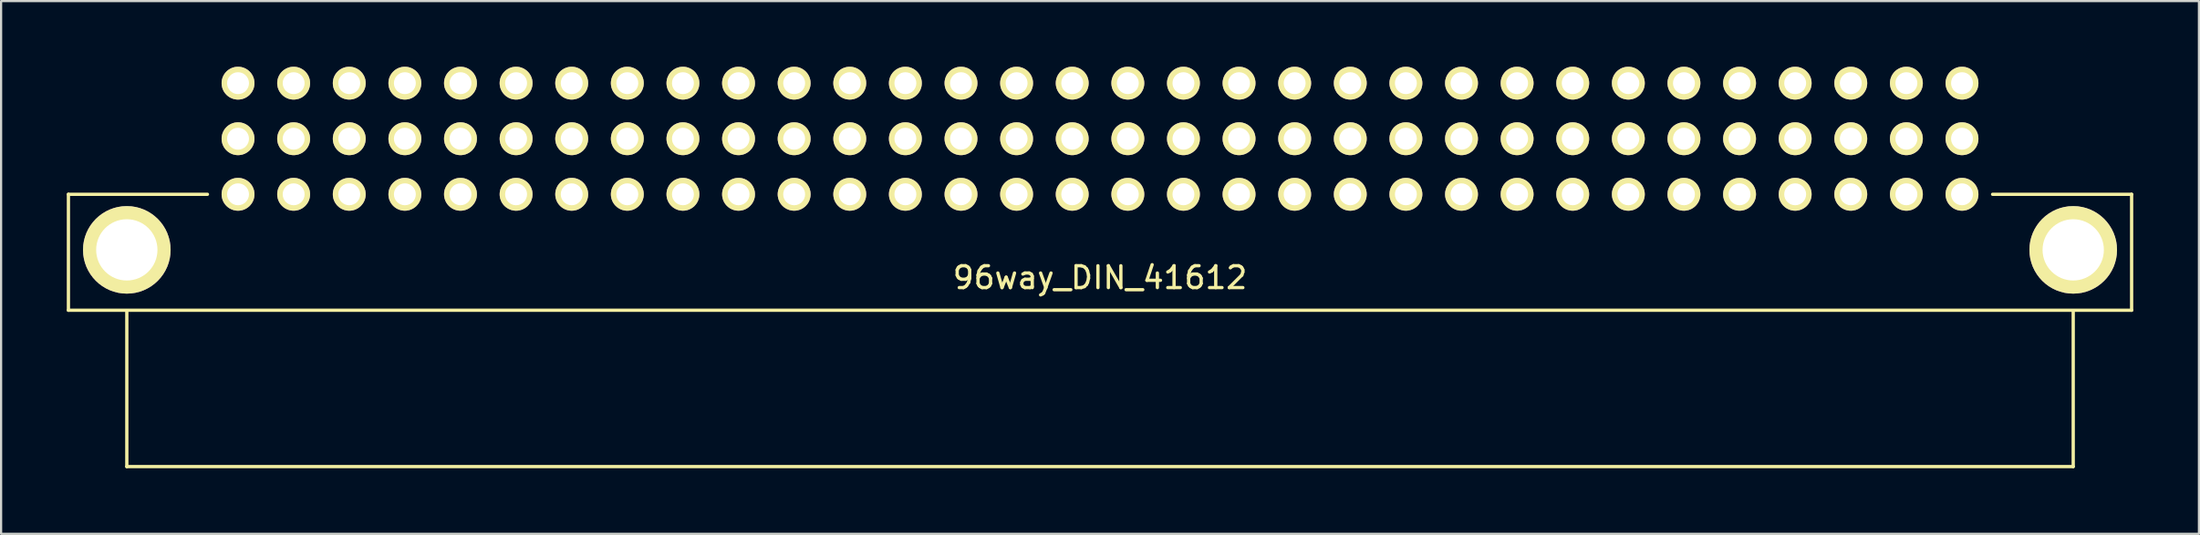
<source format=kicad_pcb>
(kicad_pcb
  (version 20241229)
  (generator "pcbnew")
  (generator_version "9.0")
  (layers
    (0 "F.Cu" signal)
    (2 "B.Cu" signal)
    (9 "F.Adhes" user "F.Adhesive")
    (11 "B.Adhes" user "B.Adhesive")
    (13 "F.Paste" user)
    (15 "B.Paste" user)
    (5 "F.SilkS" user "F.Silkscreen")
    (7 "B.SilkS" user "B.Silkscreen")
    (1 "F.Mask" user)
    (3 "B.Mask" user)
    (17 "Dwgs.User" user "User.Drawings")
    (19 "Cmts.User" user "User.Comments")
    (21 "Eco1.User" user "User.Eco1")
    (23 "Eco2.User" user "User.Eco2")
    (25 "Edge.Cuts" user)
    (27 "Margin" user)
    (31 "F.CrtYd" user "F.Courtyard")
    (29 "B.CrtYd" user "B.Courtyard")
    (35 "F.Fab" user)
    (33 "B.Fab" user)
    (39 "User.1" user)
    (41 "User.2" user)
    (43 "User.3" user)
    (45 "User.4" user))
  (footprint "96way_DIN_41612"
    (layer "F.Cu")
    (at 47.192 11.131)
    (property "Reference" "96way_DIN_41612" (at 0 -1.49 0) (layer "F.SilkS") (effects (font (size 1 1) (thickness 0.15))))
    (attr through_hole)
    (fp_line (start -47.117 -5.3) (end -40.767 -5.3) (stroke (width 0.15) (type solid)) (layer "F.SilkS"))
    (fp_line (start -47.117 0) (end -47.117 -5.3) (stroke (width 0.15) (type solid)) (layer "F.SilkS"))
    (fp_line (start -44.45 7.146) (end -44.45 0.034) (stroke (width 0.15) (type solid)) (layer "F.SilkS"))
    (fp_line (start 44.45 0.034) (end 44.45 7.146) (stroke (width 0.15) (type solid)) (layer "F.SilkS"))
    (fp_line (start 44.45 7.146) (end -44.45 7.146) (stroke (width 0.15) (type solid)) (layer "F.SilkS"))
    (fp_line (start 47.117 -5.3) (end 40.767 -5.3) (stroke (width 0.15) (type solid)) (layer "F.SilkS"))
    (fp_line (start 47.117 -5.3) (end 47.117 0) (stroke (width 0.15) (type solid)) (layer "F.SilkS"))
    (fp_line (start 47.117 0) (end -47.117 0) (stroke (width 0.15) (type solid)) (layer "F.SilkS"))
    (pad "" thru_hole circle (at -44.45 -2.76) (size 4 4) (drill 2.8) (layers "*.Cu" "*.Mask" "F.SilkS"))
    (pad "" thru_hole circle (at 44.45 -2.76) (size 4 4) (drill 2.8) (layers "*.Cu" "*.Mask" "F.SilkS"))
    (pad "A1" thru_hole circle (at 39.37 -10.38 180) (size 1.501 1.501) (drill 1) (layers "*.Cu" "*.Mask" "F.SilkS"))
    (pad "A2" thru_hole circle (at 36.83 -10.38 180) (size 1.501 1.501) (drill 1) (layers "*.Cu" "*.Mask" "F.SilkS"))
    (pad "A3" thru_hole circle (at 34.29 -10.38 180) (size 1.501 1.501) (drill 1) (layers "*.Cu" "*.Mask" "F.SilkS"))
    (pad "A4" thru_hole circle (at 31.75 -10.38 180) (size 1.501 1.501) (drill 1) (layers "*.Cu" "*.Mask" "F.SilkS"))
    (pad "A5" thru_hole circle (at 29.21 -10.38 180) (size 1.501 1.501) (drill 1) (layers "*.Cu" "*.Mask" "F.SilkS"))
    (pad "A6" thru_hole circle (at 26.67 -10.38 180) (size 1.501 1.501) (drill 1) (layers "*.Cu" "*.Mask" "F.SilkS"))
    (pad "A7" thru_hole circle (at 24.13 -10.38 180) (size 1.501 1.501) (drill 1) (layers "*.Cu" "*.Mask" "F.SilkS"))
    (pad "A8" thru_hole circle (at 21.59 -10.38 180) (size 1.501 1.501) (drill 1) (layers "*.Cu" "*.Mask" "F.SilkS"))
    (pad "A9" thru_hole circle (at 19.05 -10.38 180) (size 1.501 1.501) (drill 1) (layers "*.Cu" "*.Mask" "F.SilkS"))
    (pad "A10" thru_hole circle (at 16.51 -10.38 180) (size 1.501 1.501) (drill 1) (layers "*.Cu" "*.Mask" "F.SilkS"))
    (pad "A11" thru_hole circle (at 13.97 -10.38 180) (size 1.501 1.501) (drill 1) (layers "*.Cu" "*.Mask" "F.SilkS"))
    (pad "A12" thru_hole circle (at 11.43 -10.38 180) (size 1.501 1.501) (drill 1) (layers "*.Cu" "*.Mask" "F.SilkS"))
    (pad "A13" thru_hole circle (at 8.89 -10.38 180) (size 1.501 1.501) (drill 1) (layers "*.Cu" "*.Mask" "F.SilkS"))
    (pad "A14" thru_hole circle (at 6.35 -10.38 180) (size 1.501 1.501) (drill 1) (layers "*.Cu" "*.Mask" "F.SilkS"))
    (pad "A15" thru_hole circle (at 3.81 -10.38 180) (size 1.501 1.501) (drill 1) (layers "*.Cu" "*.Mask" "F.SilkS"))
    (pad "A16" thru_hole circle (at 1.27 -10.38 180) (size 1.501 1.501) (drill 1) (layers "*.Cu" "*.Mask" "F.SilkS"))
    (pad "A17" thru_hole circle (at -1.27 -10.38 180) (size 1.501 1.501) (drill 1) (layers "*.Cu" "*.Mask" "F.SilkS"))
    (pad "A18" thru_hole circle (at -3.81 -10.38 180) (size 1.501 1.501) (drill 1) (layers "*.Cu" "*.Mask" "F.SilkS"))
    (pad "A19" thru_hole circle (at -6.35 -10.38 180) (size 1.501 1.501) (drill 1) (layers "*.Cu" "*.Mask" "F.SilkS"))
    (pad "A20" thru_hole circle (at -8.89 -10.38 180) (size 1.501 1.501) (drill 1) (layers "*.Cu" "*.Mask" "F.SilkS"))
    (pad "A21" thru_hole circle (at -11.43 -10.38 180) (size 1.501 1.501) (drill 1) (layers "*.Cu" "*.Mask" "F.SilkS"))
    (pad "A22" thru_hole circle (at -13.97 -10.38 180) (size 1.501 1.501) (drill 1) (layers "*.Cu" "*.Mask" "F.SilkS"))
    (pad "A23" thru_hole circle (at -16.51 -10.38 180) (size 1.501 1.501) (drill 1) (layers "*.Cu" "*.Mask" "F.SilkS"))
    (pad "A24" thru_hole circle (at -19.05 -10.38 180) (size 1.501 1.501) (drill 1) (layers "*.Cu" "*.Mask" "F.SilkS"))
    (pad "A25" thru_hole circle (at -21.59 -10.38 180) (size 1.501 1.501) (drill 1) (layers "*.Cu" "*.Mask" "F.SilkS"))
    (pad "A26" thru_hole circle (at -24.13 -10.38 180) (size 1.501 1.501) (drill 1) (layers "*.Cu" "*.Mask" "F.SilkS"))
    (pad "A27" thru_hole circle (at -26.67 -10.38 180) (size 1.501 1.501) (drill 1) (layers "*.Cu" "*.Mask" "F.SilkS"))
    (pad "A28" thru_hole circle (at -29.21 -10.38 180) (size 1.501 1.501) (drill 1) (layers "*.Cu" "*.Mask" "F.SilkS"))
    (pad "A29" thru_hole circle (at -31.75 -10.38 180) (size 1.501 1.501) (drill 1) (layers "*.Cu" "*.Mask" "F.SilkS"))
    (pad "A30" thru_hole circle (at -34.29 -10.38 180) (size 1.501 1.501) (drill 1) (layers "*.Cu" "*.Mask" "F.SilkS"))
    (pad "A31" thru_hole circle (at -36.83 -10.38 180) (size 1.501 1.501) (drill 1) (layers "*.Cu" "*.Mask" "F.SilkS"))
    (pad "A32" thru_hole circle (at -39.37 -10.38 180) (size 1.501 1.501) (drill 1) (layers "*.Cu" "*.Mask" "F.SilkS"))
    (pad "B1" thru_hole circle (at 39.37 -7.84 180) (size 1.501 1.501) (drill 1) (layers "*.Cu" "*.Mask" "F.SilkS"))
    (pad "B2" thru_hole circle (at 36.83 -7.84 180) (size 1.501 1.501) (drill 1) (layers "*.Cu" "*.Mask" "F.SilkS"))
    (pad "B3" thru_hole circle (at 34.29 -7.84 180) (size 1.501 1.501) (drill 1) (layers "*.Cu" "*.Mask" "F.SilkS"))
    (pad "B4" thru_hole circle (at 31.75 -7.84 180) (size 1.501 1.501) (drill 1) (layers "*.Cu" "*.Mask" "F.SilkS"))
    (pad "B5" thru_hole circle (at 29.21 -7.84 180) (size 1.501 1.501) (drill 1) (layers "*.Cu" "*.Mask" "F.SilkS"))
    (pad "B6" thru_hole circle (at 26.67 -7.84 180) (size 1.501 1.501) (drill 1) (layers "*.Cu" "*.Mask" "F.SilkS"))
    (pad "B7" thru_hole circle (at 24.13 -7.84 180) (size 1.501 1.501) (drill 1) (layers "*.Cu" "*.Mask" "F.SilkS"))
    (pad "B8" thru_hole circle (at 21.59 -7.84 180) (size 1.501 1.501) (drill 1) (layers "*.Cu" "*.Mask" "F.SilkS"))
    (pad "B9" thru_hole circle (at 19.05 -7.84 180) (size 1.501 1.501) (drill 1) (layers "*.Cu" "*.Mask" "F.SilkS"))
    (pad "B10" thru_hole circle (at 16.51 -7.84 180) (size 1.501 1.501) (drill 1) (layers "*.Cu" "*.Mask" "F.SilkS"))
    (pad "B11" thru_hole circle (at 13.97 -7.84 180) (size 1.501 1.501) (drill 1) (layers "*.Cu" "*.Mask" "F.SilkS"))
    (pad "B12" thru_hole circle (at 11.43 -7.84 180) (size 1.501 1.501) (drill 1) (layers "*.Cu" "*.Mask" "F.SilkS"))
    (pad "B13" thru_hole circle (at 8.89 -7.84 180) (size 1.501 1.501) (drill 1) (layers "*.Cu" "*.Mask" "F.SilkS"))
    (pad "B14" thru_hole circle (at 6.35 -7.84 180) (size 1.501 1.501) (drill 1) (layers "*.Cu" "*.Mask" "F.SilkS"))
    (pad "B15" thru_hole circle (at 3.81 -7.84 180) (size 1.501 1.501) (drill 1) (layers "*.Cu" "*.Mask" "F.SilkS"))
    (pad "B16" thru_hole circle (at 1.27 -7.84 180) (size 1.501 1.501) (drill 1) (layers "*.Cu" "*.Mask" "F.SilkS"))
    (pad "B17" thru_hole circle (at -1.27 -7.84 180) (size 1.501 1.501) (drill 1) (layers "*.Cu" "*.Mask" "F.SilkS"))
    (pad "B18" thru_hole circle (at -3.81 -7.84 180) (size 1.501 1.501) (drill 1) (layers "*.Cu" "*.Mask" "F.SilkS"))
    (pad "B19" thru_hole circle (at -6.35 -7.84 180) (size 1.501 1.501) (drill 1) (layers "*.Cu" "*.Mask" "F.SilkS"))
    (pad "B20" thru_hole circle (at -8.89 -7.84 180) (size 1.501 1.501) (drill 1) (layers "*.Cu" "*.Mask" "F.SilkS"))
    (pad "B21" thru_hole circle (at -11.43 -7.84 180) (size 1.501 1.501) (drill 1) (layers "*.Cu" "*.Mask" "F.SilkS"))
    (pad "B22" thru_hole circle (at -13.97 -7.84 180) (size 1.501 1.501) (drill 1) (layers "*.Cu" "*.Mask" "F.SilkS"))
    (pad "B23" thru_hole circle (at -16.51 -7.84 180) (size 1.501 1.501) (drill 1) (layers "*.Cu" "*.Mask" "F.SilkS"))
    (pad "B24" thru_hole circle (at -19.05 -7.84 180) (size 1.501 1.501) (drill 1) (layers "*.Cu" "*.Mask" "F.SilkS"))
    (pad "B25" thru_hole circle (at -21.59 -7.84 180) (size 1.501 1.501) (drill 1) (layers "*.Cu" "*.Mask" "F.SilkS"))
    (pad "B26" thru_hole circle (at -24.13 -7.84 180) (size 1.501 1.501) (drill 1) (layers "*.Cu" "*.Mask" "F.SilkS"))
    (pad "B27" thru_hole circle (at -26.67 -7.84 180) (size 1.501 1.501) (drill 1) (layers "*.Cu" "*.Mask" "F.SilkS"))
    (pad "B28" thru_hole circle (at -29.21 -7.84 180) (size 1.501 1.501) (drill 1) (layers "*.Cu" "*.Mask" "F.SilkS"))
    (pad "B29" thru_hole circle (at -31.75 -7.84 180) (size 1.501 1.501) (drill 1) (layers "*.Cu" "*.Mask" "F.SilkS"))
    (pad "B30" thru_hole circle (at -34.29 -7.84 180) (size 1.501 1.501) (drill 1) (layers "*.Cu" "*.Mask" "F.SilkS"))
    (pad "B31" thru_hole circle (at -36.83 -7.84 180) (size 1.501 1.501) (drill 1) (layers "*.Cu" "*.Mask" "F.SilkS"))
    (pad "B32" thru_hole circle (at -39.37 -7.84 180) (size 1.501 1.501) (drill 1) (layers "*.Cu" "*.Mask" "F.SilkS"))
    (pad "C1" thru_hole circle (at 39.37 -5.3 180) (size 1.501 1.501) (drill 1) (layers "*.Cu" "*.Mask" "F.SilkS"))
    (pad "C2" thru_hole circle (at 36.83 -5.3 180) (size 1.501 1.501) (drill 1) (layers "*.Cu" "*.Mask" "F.SilkS"))
    (pad "C3" thru_hole circle (at 34.29 -5.3 180) (size 1.501 1.501) (drill 1) (layers "*.Cu" "*.Mask" "F.SilkS"))
    (pad "C4" thru_hole circle (at 31.75 -5.3 180) (size 1.501 1.501) (drill 1) (layers "*.Cu" "*.Mask" "F.SilkS"))
    (pad "C5" thru_hole circle (at 29.21 -5.3 180) (size 1.501 1.501) (drill 1) (layers "*.Cu" "*.Mask" "F.SilkS"))
    (pad "C6" thru_hole circle (at 26.67 -5.3 180) (size 1.501 1.501) (drill 1) (layers "*.Cu" "*.Mask" "F.SilkS"))
    (pad "C7" thru_hole circle (at 24.13 -5.3 180) (size 1.501 1.501) (drill 1) (layers "*.Cu" "*.Mask" "F.SilkS"))
    (pad "C8" thru_hole circle (at 21.59 -5.3 180) (size 1.501 1.501) (drill 1) (layers "*.Cu" "*.Mask" "F.SilkS"))
    (pad "C9" thru_hole circle (at 19.05 -5.3 180) (size 1.501 1.501) (drill 1) (layers "*.Cu" "*.Mask" "F.SilkS"))
    (pad "C10" thru_hole circle (at 16.51 -5.3 180) (size 1.501 1.501) (drill 1) (layers "*.Cu" "*.Mask" "F.SilkS"))
    (pad "C11" thru_hole circle (at 13.97 -5.3 180) (size 1.501 1.501) (drill 1) (layers "*.Cu" "*.Mask" "F.SilkS"))
    (pad "C12" thru_hole circle (at 11.43 -5.3 180) (size 1.501 1.501) (drill 1) (layers "*.Cu" "*.Mask" "F.SilkS"))
    (pad "C13" thru_hole circle (at 8.89 -5.3 180) (size 1.501 1.501) (drill 1) (layers "*.Cu" "*.Mask" "F.SilkS"))
    (pad "C14" thru_hole circle (at 6.35 -5.3 180) (size 1.501 1.501) (drill 1) (layers "*.Cu" "*.Mask" "F.SilkS"))
    (pad "C15" thru_hole circle (at 3.81 -5.3 180) (size 1.501 1.501) (drill 1) (layers "*.Cu" "*.Mask" "F.SilkS"))
    (pad "C16" thru_hole circle (at 1.27 -5.3 180) (size 1.501 1.501) (drill 1) (layers "*.Cu" "*.Mask" "F.SilkS"))
    (pad "C17" thru_hole circle (at -1.27 -5.3 180) (size 1.501 1.501) (drill 1) (layers "*.Cu" "*.Mask" "F.SilkS"))
    (pad "C18" thru_hole circle (at -3.81 -5.3 180) (size 1.501 1.501) (drill 1) (layers "*.Cu" "*.Mask" "F.SilkS"))
    (pad "C19" thru_hole circle (at -6.35 -5.3 180) (size 1.501 1.501) (drill 1) (layers "*.Cu" "*.Mask" "F.SilkS"))
    (pad "C20" thru_hole circle (at -8.89 -5.3 180) (size 1.501 1.501) (drill 1) (layers "*.Cu" "*.Mask" "F.SilkS"))
    (pad "C21" thru_hole circle (at -11.43 -5.3 180) (size 1.501 1.501) (drill 1) (layers "*.Cu" "*.Mask" "F.SilkS"))
    (pad "C22" thru_hole circle (at -13.97 -5.3 180) (size 1.501 1.501) (drill 1) (layers "*.Cu" "*.Mask" "F.SilkS"))
    (pad "C23" thru_hole circle (at -16.51 -5.3 180) (size 1.501 1.501) (drill 1) (layers "*.Cu" "*.Mask" "F.SilkS"))
    (pad "C24" thru_hole circle (at -19.05 -5.3 180) (size 1.501 1.501) (drill 1) (layers "*.Cu" "*.Mask" "F.SilkS"))
    (pad "C25" thru_hole circle (at -21.59 -5.3 180) (size 1.501 1.501) (drill 1) (layers "*.Cu" "*.Mask" "F.SilkS"))
    (pad "C26" thru_hole circle (at -24.13 -5.3 180) (size 1.501 1.501) (drill 1) (layers "*.Cu" "*.Mask" "F.SilkS"))
    (pad "C27" thru_hole circle (at -26.67 -5.3 180) (size 1.501 1.501) (drill 1) (layers "*.Cu" "*.Mask" "F.SilkS"))
    (pad "C28" thru_hole circle (at -29.21 -5.3 180) (size 1.501 1.501) (drill 1) (layers "*.Cu" "*.Mask" "F.SilkS"))
    (pad "C29" thru_hole circle (at -31.75 -5.3 180) (size 1.501 1.501) (drill 1) (layers "*.Cu" "*.Mask" "F.SilkS"))
    (pad "C30" thru_hole circle (at -34.29 -5.3 180) (size 1.501 1.501) (drill 1) (layers "*.Cu" "*.Mask" "F.SilkS"))
    (pad "C31" thru_hole circle (at -36.83 -5.3 180) (size 1.501 1.501) (drill 1) (layers "*.Cu" "*.Mask" "F.SilkS"))
    (pad "C32" thru_hole circle (at -39.37 -5.3 180) (size 1.501 1.501) (drill 1) (layers "*.Cu" "*.Mask" "F.SilkS")))
  (gr_rect
    (start -3 -3)
    (end 97.384 21.352)
    (stroke (width 0.1) (type default))
    (fill no)
    (layer "Edge.Cuts")))
</source>
